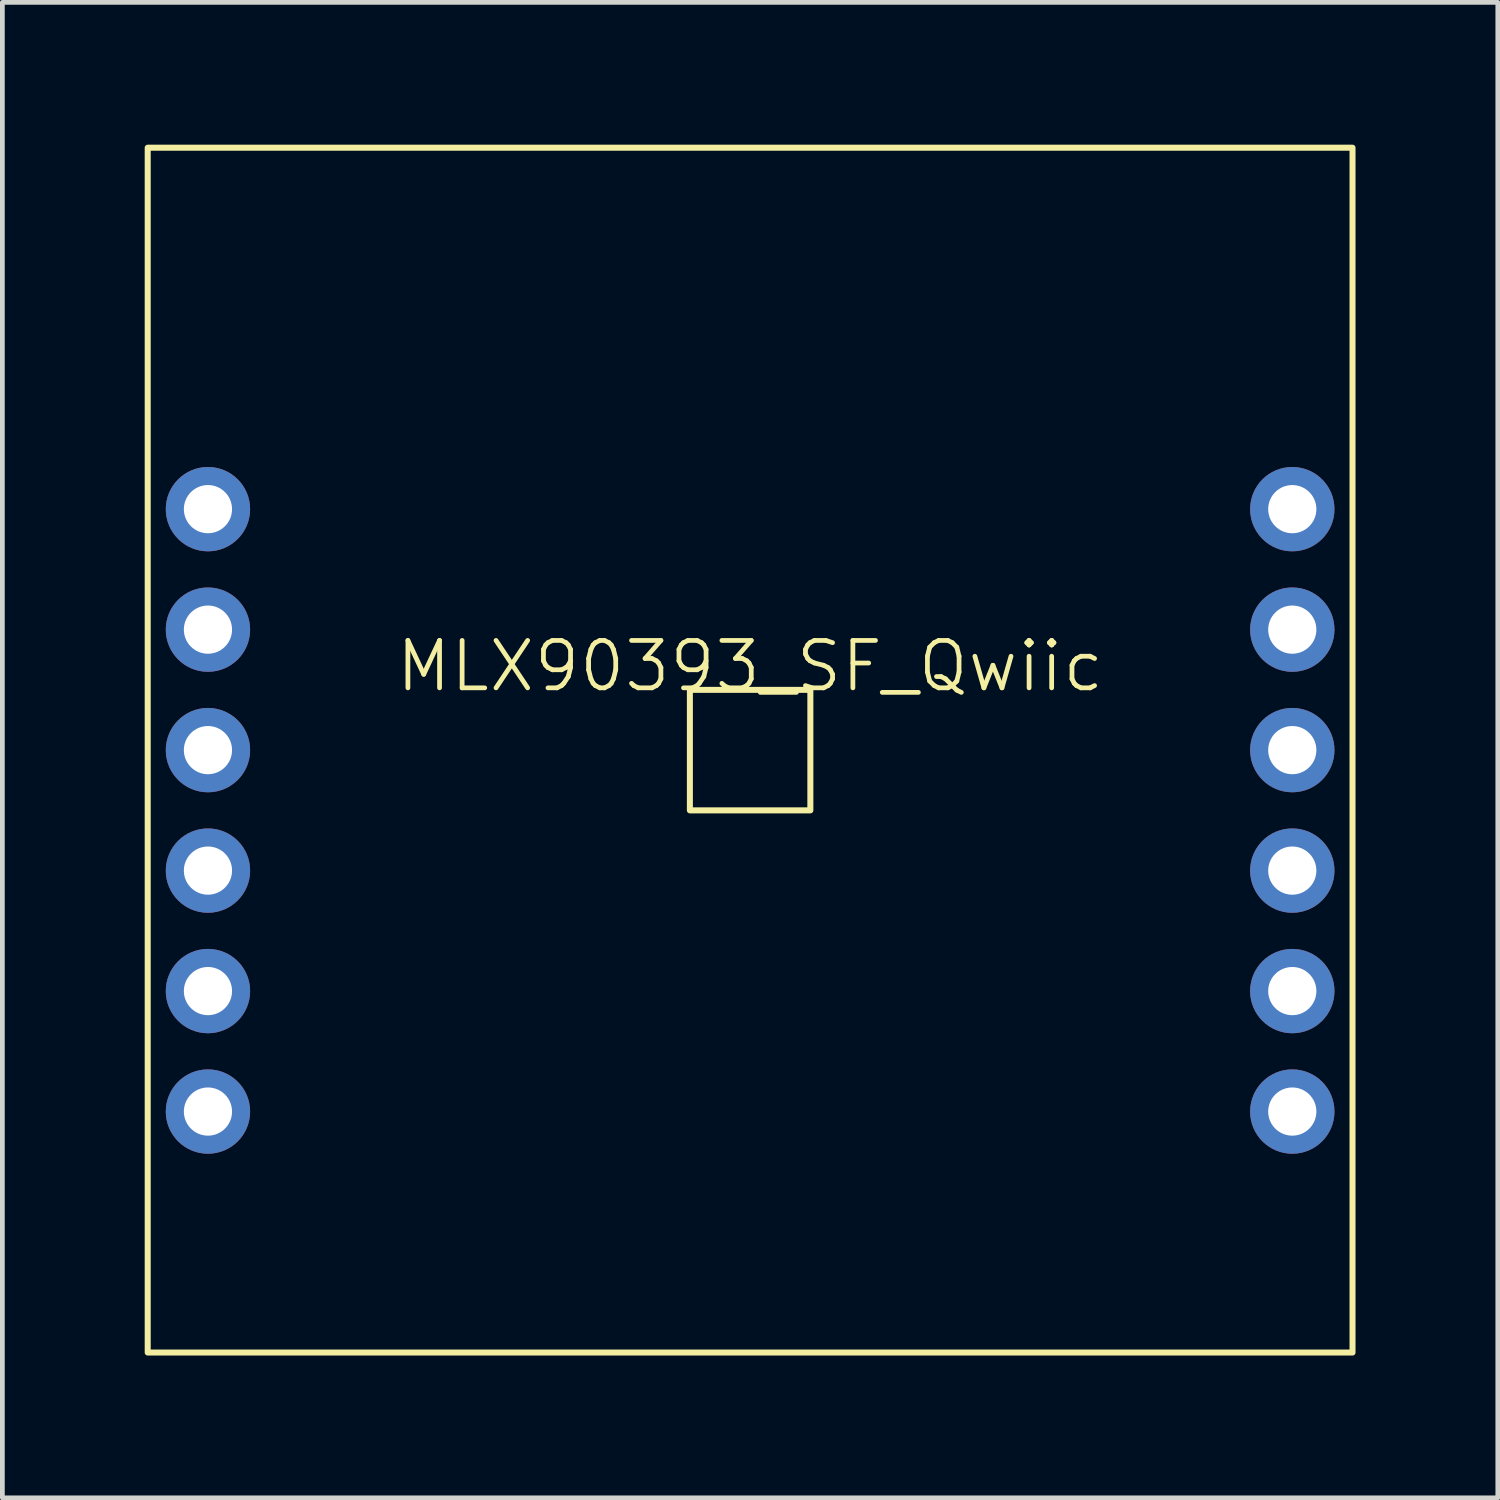
<source format=kicad_pcb>
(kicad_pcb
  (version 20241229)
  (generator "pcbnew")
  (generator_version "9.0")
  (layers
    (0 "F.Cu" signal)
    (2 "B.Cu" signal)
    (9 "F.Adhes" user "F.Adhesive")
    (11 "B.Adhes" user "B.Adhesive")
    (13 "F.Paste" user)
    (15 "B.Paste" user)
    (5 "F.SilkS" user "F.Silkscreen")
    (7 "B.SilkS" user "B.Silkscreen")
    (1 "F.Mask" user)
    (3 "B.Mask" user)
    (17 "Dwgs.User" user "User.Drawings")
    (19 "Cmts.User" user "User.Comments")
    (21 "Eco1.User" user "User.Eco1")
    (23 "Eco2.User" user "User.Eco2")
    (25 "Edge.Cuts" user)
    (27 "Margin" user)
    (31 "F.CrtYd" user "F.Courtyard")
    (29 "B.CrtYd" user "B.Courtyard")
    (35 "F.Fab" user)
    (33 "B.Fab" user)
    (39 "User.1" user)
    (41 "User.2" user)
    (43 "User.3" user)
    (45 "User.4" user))
  (footprint "MLX90393_SF_Qwiic"
    (layer "F.Cu")
    (at 12.764 12.764)
    (property "Reference" "MLX90393_SF_Qwiic" (at 0 -1.77 0) (unlocked yes) (layer "F.SilkS") (effects (font (size 1 1) (thickness 0.1))))
    (attr through_hole)
    (fp_rect (start -12.7 -12.7) (end 12.7 12.7) (stroke (width 0.127) (type default)) (fill no) (layer "F.SilkS"))
    (fp_rect (start -1.27 -1.27) (end 1.27 1.27) (stroke (width 0.127) (type default)) (fill no) (layer "F.SilkS"))
    (pad "1" thru_hole circle (at -11.43 -5.08) (size 1.778 1.778) (drill 1.016) (layers "*.Cu" "*.Mask"))
    (pad "2" thru_hole circle (at -11.43 -2.54) (size 1.778 1.778) (drill 1.016) (layers "*.Cu" "*.Mask"))
    (pad "3" thru_hole circle (at -11.43 0) (size 1.778 1.778) (drill 1.016) (layers "*.Cu" "*.Mask"))
    (pad "4" thru_hole circle (at -11.43 2.54) (size 1.778 1.778) (drill 1.016) (layers "*.Cu" "*.Mask"))
    (pad "5" thru_hole circle (at -11.43 5.08) (size 1.778 1.778) (drill 1.016) (layers "*.Cu" "*.Mask"))
    (pad "6" thru_hole circle (at -11.43 7.62) (size 1.778 1.778) (drill 1.016) (layers "*.Cu" "*.Mask"))
    (pad "7" thru_hole circle (at 11.43 -5.08) (size 1.778 1.778) (drill 1.016) (layers "*.Cu" "*.Mask"))
    (pad "8" thru_hole circle (at 11.43 -2.54) (size 1.778 1.778) (drill 1.016) (layers "*.Cu" "*.Mask"))
    (pad "9" thru_hole circle (at 11.43 0) (size 1.778 1.778) (drill 1.016) (layers "*.Cu" "*.Mask"))
    (pad "10" thru_hole circle (at 11.43 2.54) (size 1.778 1.778) (drill 1.016) (layers "*.Cu" "*.Mask"))
    (pad "11" thru_hole circle (at 11.43 5.08) (size 1.778 1.778) (drill 1.016) (layers "*.Cu" "*.Mask"))
    (pad "12" thru_hole circle (at 11.43 7.62) (size 1.778 1.778) (drill 1.016) (layers "*.Cu" "*.Mask"))
    (zone (net_name "") (layers "F.Cu" "B.Cu") (hatch edge 0.5) (connect_pads) (min_thickness 0.25) (filled_areas_thickness no) (keepout (tracks not_allowed) (vias not_allowed) (pads not_allowed) (copperpour not_allowed) (footprints allowed)) (placement (enabled no)) (fill) (polygon (pts (xy 10.223 10.223) (xy 15.303 10.223) (xy 15.303 15.303) (xy 10.223 15.303)))))
  (gr_rect
    (start -3 -3)
    (end 28.527 28.527)
    (stroke (width 0.1) (type default))
    (fill no)
    (layer "Edge.Cuts")))
</source>
